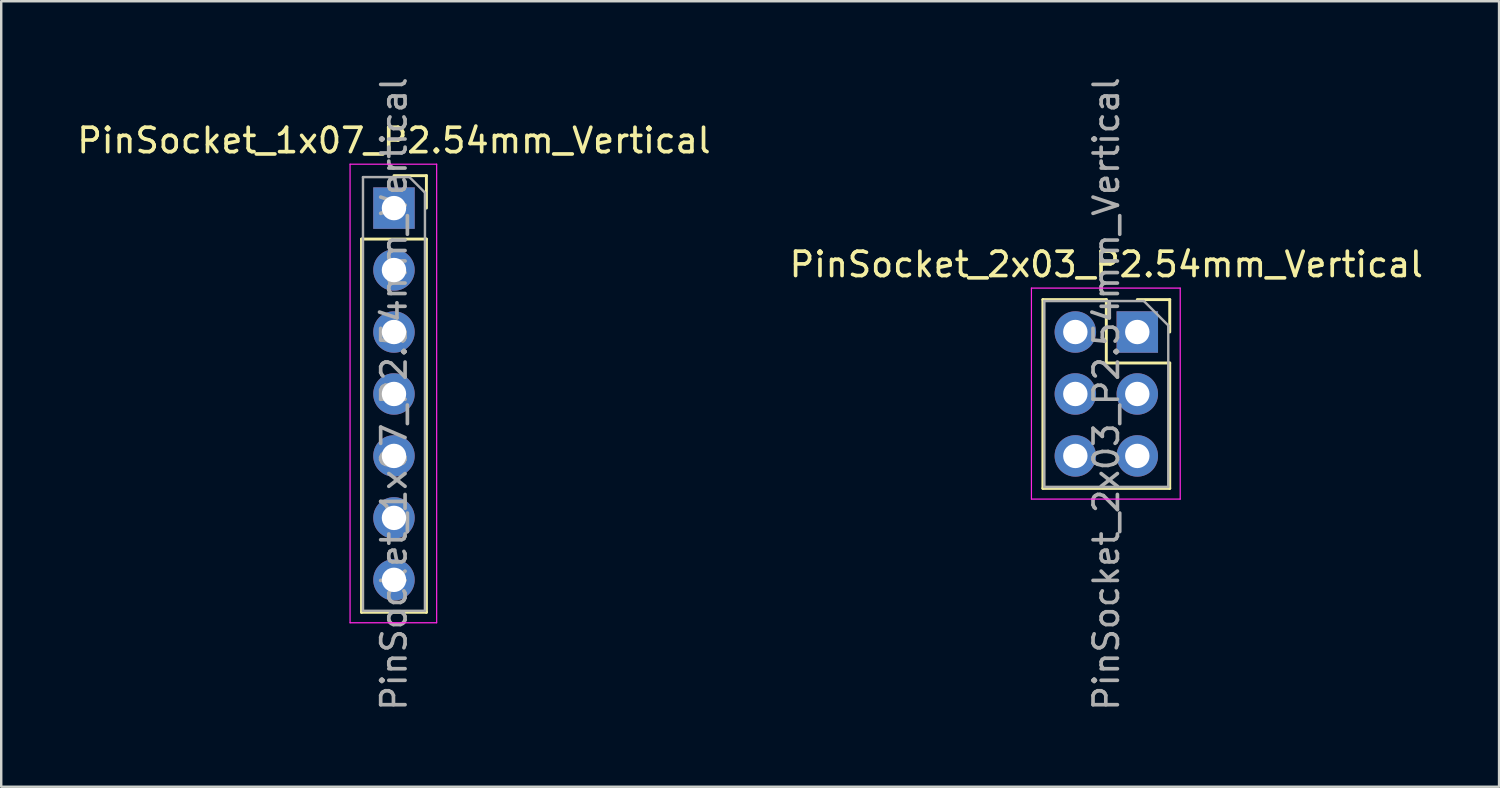
<source format=kicad_pcb>
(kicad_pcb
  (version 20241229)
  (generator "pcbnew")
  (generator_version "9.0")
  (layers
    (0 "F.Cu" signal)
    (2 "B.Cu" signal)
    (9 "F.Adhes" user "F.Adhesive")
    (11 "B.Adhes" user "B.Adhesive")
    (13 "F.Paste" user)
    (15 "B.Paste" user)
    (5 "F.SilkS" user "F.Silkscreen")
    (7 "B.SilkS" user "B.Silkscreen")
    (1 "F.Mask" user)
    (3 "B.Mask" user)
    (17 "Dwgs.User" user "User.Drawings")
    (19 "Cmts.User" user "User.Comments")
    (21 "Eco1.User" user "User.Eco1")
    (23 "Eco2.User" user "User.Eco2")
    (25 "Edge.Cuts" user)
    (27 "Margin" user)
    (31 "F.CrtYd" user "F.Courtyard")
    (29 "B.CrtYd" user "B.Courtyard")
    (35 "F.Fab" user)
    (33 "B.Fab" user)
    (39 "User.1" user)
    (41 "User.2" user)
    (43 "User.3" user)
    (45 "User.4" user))
  (footprint "PinSocket_2x03_P2.54mm_Vertical"
    (layer "F.Cu")
    (at 43.574 10.561)
    (property "Reference" "PinSocket_2x03_P2.54mm_Vertical" (at -1.27 -2.77 0) (layer "F.SilkS") (effects (font (size 1 1) (thickness 0.15))))
    (attr through_hole)
    (fp_line (start -3.87 -1.33) (end -3.87 6.41) (stroke (width 0.12) (type solid)) (layer "F.SilkS"))
    (fp_line (start -3.87 -1.33) (end -1.27 -1.33) (stroke (width 0.12) (type solid)) (layer "F.SilkS"))
    (fp_line (start -3.87 6.41) (end 1.33 6.41) (stroke (width 0.12) (type solid)) (layer "F.SilkS"))
    (fp_line (start -1.27 -1.33) (end -1.27 1.27) (stroke (width 0.12) (type solid)) (layer "F.SilkS"))
    (fp_line (start -1.27 1.27) (end 1.33 1.27) (stroke (width 0.12) (type solid)) (layer "F.SilkS"))
    (fp_line (start 0 -1.33) (end 1.33 -1.33) (stroke (width 0.12) (type solid)) (layer "F.SilkS"))
    (fp_line (start 1.33 -1.33) (end 1.33 0) (stroke (width 0.12) (type solid)) (layer "F.SilkS"))
    (fp_line (start 1.33 1.27) (end 1.33 6.41) (stroke (width 0.12) (type solid)) (layer "F.SilkS"))
    (fp_line (start -4.34 -1.8) (end 1.76 -1.8) (stroke (width 0.05) (type solid)) (layer "F.CrtYd"))
    (fp_line (start -4.34 6.85) (end -4.34 -1.8) (stroke (width 0.05) (type solid)) (layer "F.CrtYd"))
    (fp_line (start 1.76 -1.8) (end 1.76 6.85) (stroke (width 0.05) (type solid)) (layer "F.CrtYd"))
    (fp_line (start 1.76 6.85) (end -4.34 6.85) (stroke (width 0.05) (type solid)) (layer "F.CrtYd"))
    (fp_line (start -3.81 -1.27) (end 0.27 -1.27) (stroke (width 0.1) (type solid)) (layer "F.Fab"))
    (fp_line (start -3.81 6.35) (end -3.81 -1.27) (stroke (width 0.1) (type solid)) (layer "F.Fab"))
    (fp_line (start 0.27 -1.27) (end 1.27 -0.27) (stroke (width 0.1) (type solid)) (layer "F.Fab"))
    (fp_line (start 1.27 -0.27) (end 1.27 6.35) (stroke (width 0.1) (type solid)) (layer "F.Fab"))
    (fp_line (start 1.27 6.35) (end -3.81 6.35) (stroke (width 0.1) (type solid)) (layer "F.Fab"))
    (fp_text user "${REFERENCE}" (at -1.27 2.54 90) (layer "F.Fab") (effects (font (size 1 1) (thickness 0.15))))
    (pad "1" thru_hole rect (at 0 0) (size 1.7 1.7) (drill 1) (layers "*.Cu" "*.Mask"))
    (pad "2" thru_hole oval (at -2.54 0) (size 1.7 1.7) (drill 1) (layers "*.Cu" "*.Mask"))
    (pad "3" thru_hole oval (at 0 2.54) (size 1.7 1.7) (drill 1) (layers "*.Cu" "*.Mask"))
    (pad "4" thru_hole oval (at -2.54 2.54) (size 1.7 1.7) (drill 1) (layers "*.Cu" "*.Mask"))
    (pad "5" thru_hole oval (at 0 5.08) (size 1.7 1.7) (drill 1) (layers "*.Cu" "*.Mask"))
    (pad "6" thru_hole oval (at -2.54 5.08) (size 1.7 1.7) (drill 1) (layers "*.Cu" "*.Mask")))
  (footprint "PinSocket_1x07_P2.54mm_Vertical"
    (layer "F.Cu")
    (at 13.101 5.481)
    (property "Reference" "PinSocket_1x07_P2.54mm_Vertical" (at 0 -2.77 0) (layer "F.SilkS") (effects (font (size 1 1) (thickness 0.15))))
    (attr through_hole)
    (fp_line (start -1.33 1.27) (end -1.33 16.57) (stroke (width 0.12) (type solid)) (layer "F.SilkS"))
    (fp_line (start -1.33 1.27) (end 1.33 1.27) (stroke (width 0.12) (type solid)) (layer "F.SilkS"))
    (fp_line (start -1.33 16.57) (end 1.33 16.57) (stroke (width 0.12) (type solid)) (layer "F.SilkS"))
    (fp_line (start 0 -1.33) (end 1.33 -1.33) (stroke (width 0.12) (type solid)) (layer "F.SilkS"))
    (fp_line (start 1.33 -1.33) (end 1.33 0) (stroke (width 0.12) (type solid)) (layer "F.SilkS"))
    (fp_line (start 1.33 1.27) (end 1.33 16.57) (stroke (width 0.12) (type solid)) (layer "F.SilkS"))
    (fp_line (start -1.8 -1.8) (end 1.75 -1.8) (stroke (width 0.05) (type solid)) (layer "F.CrtYd"))
    (fp_line (start -1.8 17) (end -1.8 -1.8) (stroke (width 0.05) (type solid)) (layer "F.CrtYd"))
    (fp_line (start 1.75 -1.8) (end 1.75 17) (stroke (width 0.05) (type solid)) (layer "F.CrtYd"))
    (fp_line (start 1.75 17) (end -1.8 17) (stroke (width 0.05) (type solid)) (layer "F.CrtYd"))
    (fp_line (start -1.27 -1.27) (end 0.635 -1.27) (stroke (width 0.1) (type solid)) (layer "F.Fab"))
    (fp_line (start -1.27 16.51) (end -1.27 -1.27) (stroke (width 0.1) (type solid)) (layer "F.Fab"))
    (fp_line (start 0.635 -1.27) (end 1.27 -0.635) (stroke (width 0.1) (type solid)) (layer "F.Fab"))
    (fp_line (start 1.27 -0.635) (end 1.27 16.51) (stroke (width 0.1) (type solid)) (layer "F.Fab"))
    (fp_line (start 1.27 16.51) (end -1.27 16.51) (stroke (width 0.1) (type solid)) (layer "F.Fab"))
    (fp_text user "${REFERENCE}" (at 0 7.62 90) (layer "F.Fab") (effects (font (size 1 1) (thickness 0.15))))
    (pad "1" thru_hole rect (at 0 0) (size 1.7 1.7) (drill 1) (layers "*.Cu" "*.Mask"))
    (pad "2" thru_hole oval (at 0 2.54) (size 1.7 1.7) (drill 1) (layers "*.Cu" "*.Mask"))
    (pad "3" thru_hole oval (at 0 5.08) (size 1.7 1.7) (drill 1) (layers "*.Cu" "*.Mask"))
    (pad "4" thru_hole oval (at 0 7.62) (size 1.7 1.7) (drill 1) (layers "*.Cu" "*.Mask"))
    (pad "5" thru_hole oval (at 0 10.16) (size 1.7 1.7) (drill 1) (layers "*.Cu" "*.Mask"))
    (pad "6" thru_hole oval (at 0 12.7) (size 1.7 1.7) (drill 1) (layers "*.Cu" "*.Mask"))
    (pad "7" thru_hole oval (at 0 15.24) (size 1.7 1.7) (drill 1) (layers "*.Cu" "*.Mask")))
  (gr_rect
    (start -3 -3)
    (end 58.405 29.202)
    (stroke (width 0.1) (type default))
    (fill no)
    (layer "Edge.Cuts")))
</source>
